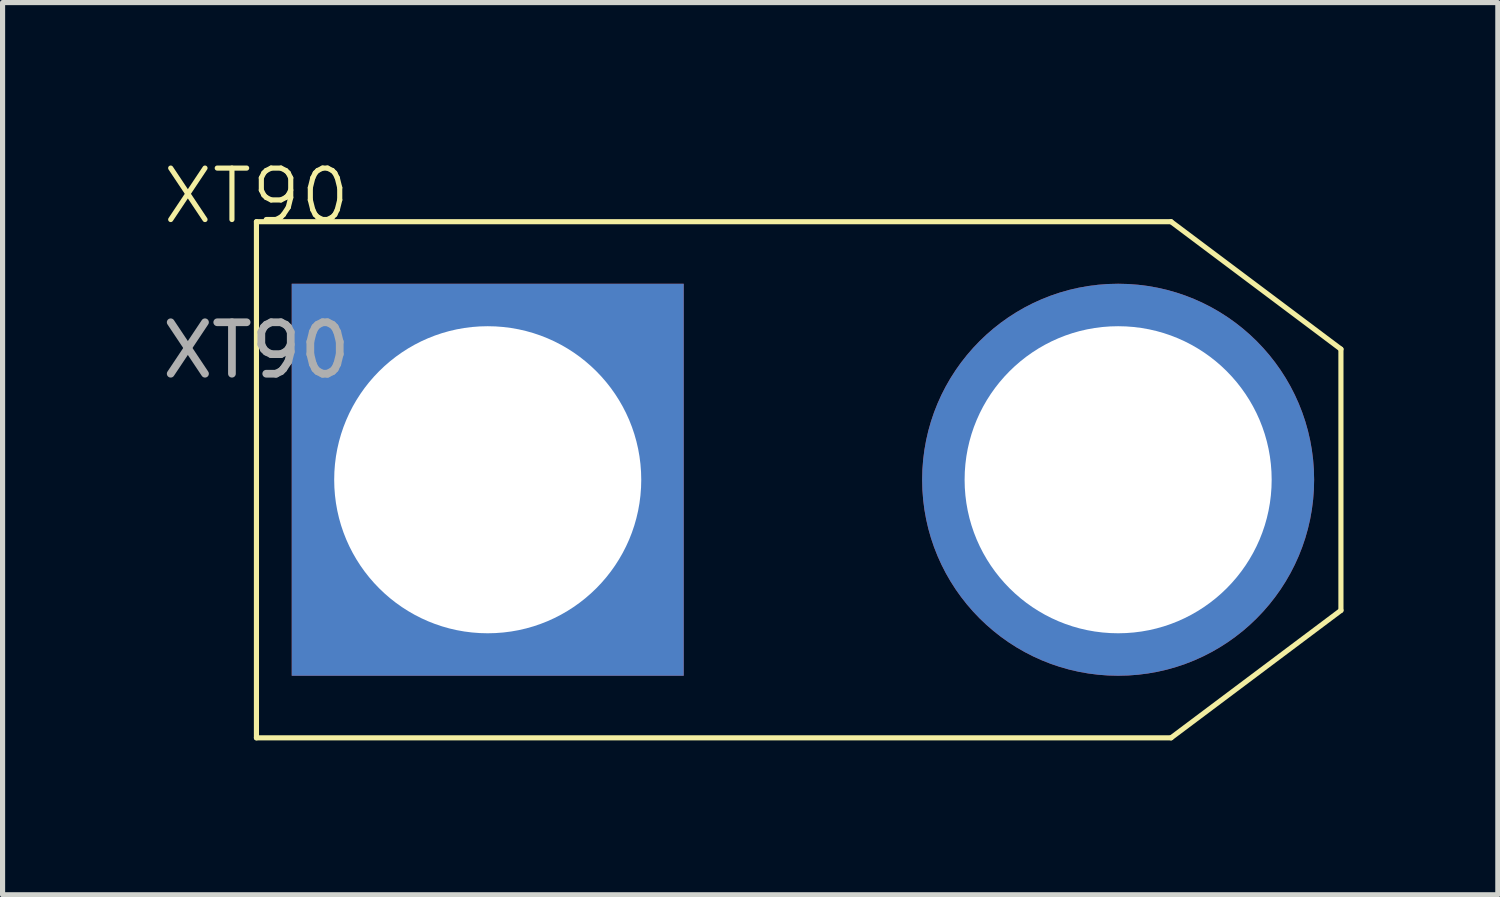
<source format=kicad_pcb>
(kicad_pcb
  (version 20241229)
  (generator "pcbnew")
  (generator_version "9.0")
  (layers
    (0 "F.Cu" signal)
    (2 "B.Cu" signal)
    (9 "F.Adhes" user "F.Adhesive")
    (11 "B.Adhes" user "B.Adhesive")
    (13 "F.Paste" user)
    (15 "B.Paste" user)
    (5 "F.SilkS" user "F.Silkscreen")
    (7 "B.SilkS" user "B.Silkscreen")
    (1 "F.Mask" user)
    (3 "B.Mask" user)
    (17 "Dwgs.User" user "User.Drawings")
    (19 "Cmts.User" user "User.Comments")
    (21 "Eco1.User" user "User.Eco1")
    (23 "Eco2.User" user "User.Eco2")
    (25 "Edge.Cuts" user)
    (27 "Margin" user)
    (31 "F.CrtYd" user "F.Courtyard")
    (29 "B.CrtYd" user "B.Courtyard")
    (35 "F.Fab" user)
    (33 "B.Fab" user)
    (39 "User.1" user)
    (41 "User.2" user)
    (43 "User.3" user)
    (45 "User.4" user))
  (footprint "XT90"
    (layer "F.Cu")
    (at 1.935 1.26)
    (property "Reference" "XT90" (at 0 -0.5 0) (unlocked yes) (layer "F.SilkS") (effects (font (size 1 1) (thickness 0.1))))
    (attr smd)
    (fp_line (start 0 0) (end 0 10.033) (stroke (width 0.1) (type default)) (layer "F.SilkS"))
    (fp_line (start 0 0) (end 17.78 0) (stroke (width 0.1) (type default)) (layer "F.SilkS"))
    (fp_line (start 0 10.033) (end 17.78 10.033) (stroke (width 0.1) (type default)) (layer "F.SilkS"))
    (fp_line (start 21.082 2.477) (end 17.78 0) (stroke (width 0.1) (type default)) (layer "F.SilkS"))
    (fp_line (start 21.082 2.477) (end 21.082 7.556) (stroke (width 0.1) (type default)) (layer "F.SilkS"))
    (fp_line (start 21.082 7.556) (end 17.78 10.033) (stroke (width 0.1) (type default)) (layer "F.SilkS"))
    (fp_text user "${REFERENCE}" (at 0 2.5 0) (unlocked yes) (layer "F.Fab") (effects (font (size 1 1) (thickness 0.15))))
    (pad "N" thru_hole circle (at 16.751 5.016) (size 7.62 7.62) (drill 5.969) (layers "*.Cu" "*.Mask"))
    (pad "P" thru_hole rect (at 4.496 5.016) (size 7.62 7.62) (drill 5.969) (layers "*.Cu" "*.Mask")))
  (gr_rect
    (start -3 -3)
    (end 26.067 14.344)
    (stroke (width 0.1) (type default))
    (fill no)
    (layer "Edge.Cuts")))
</source>
